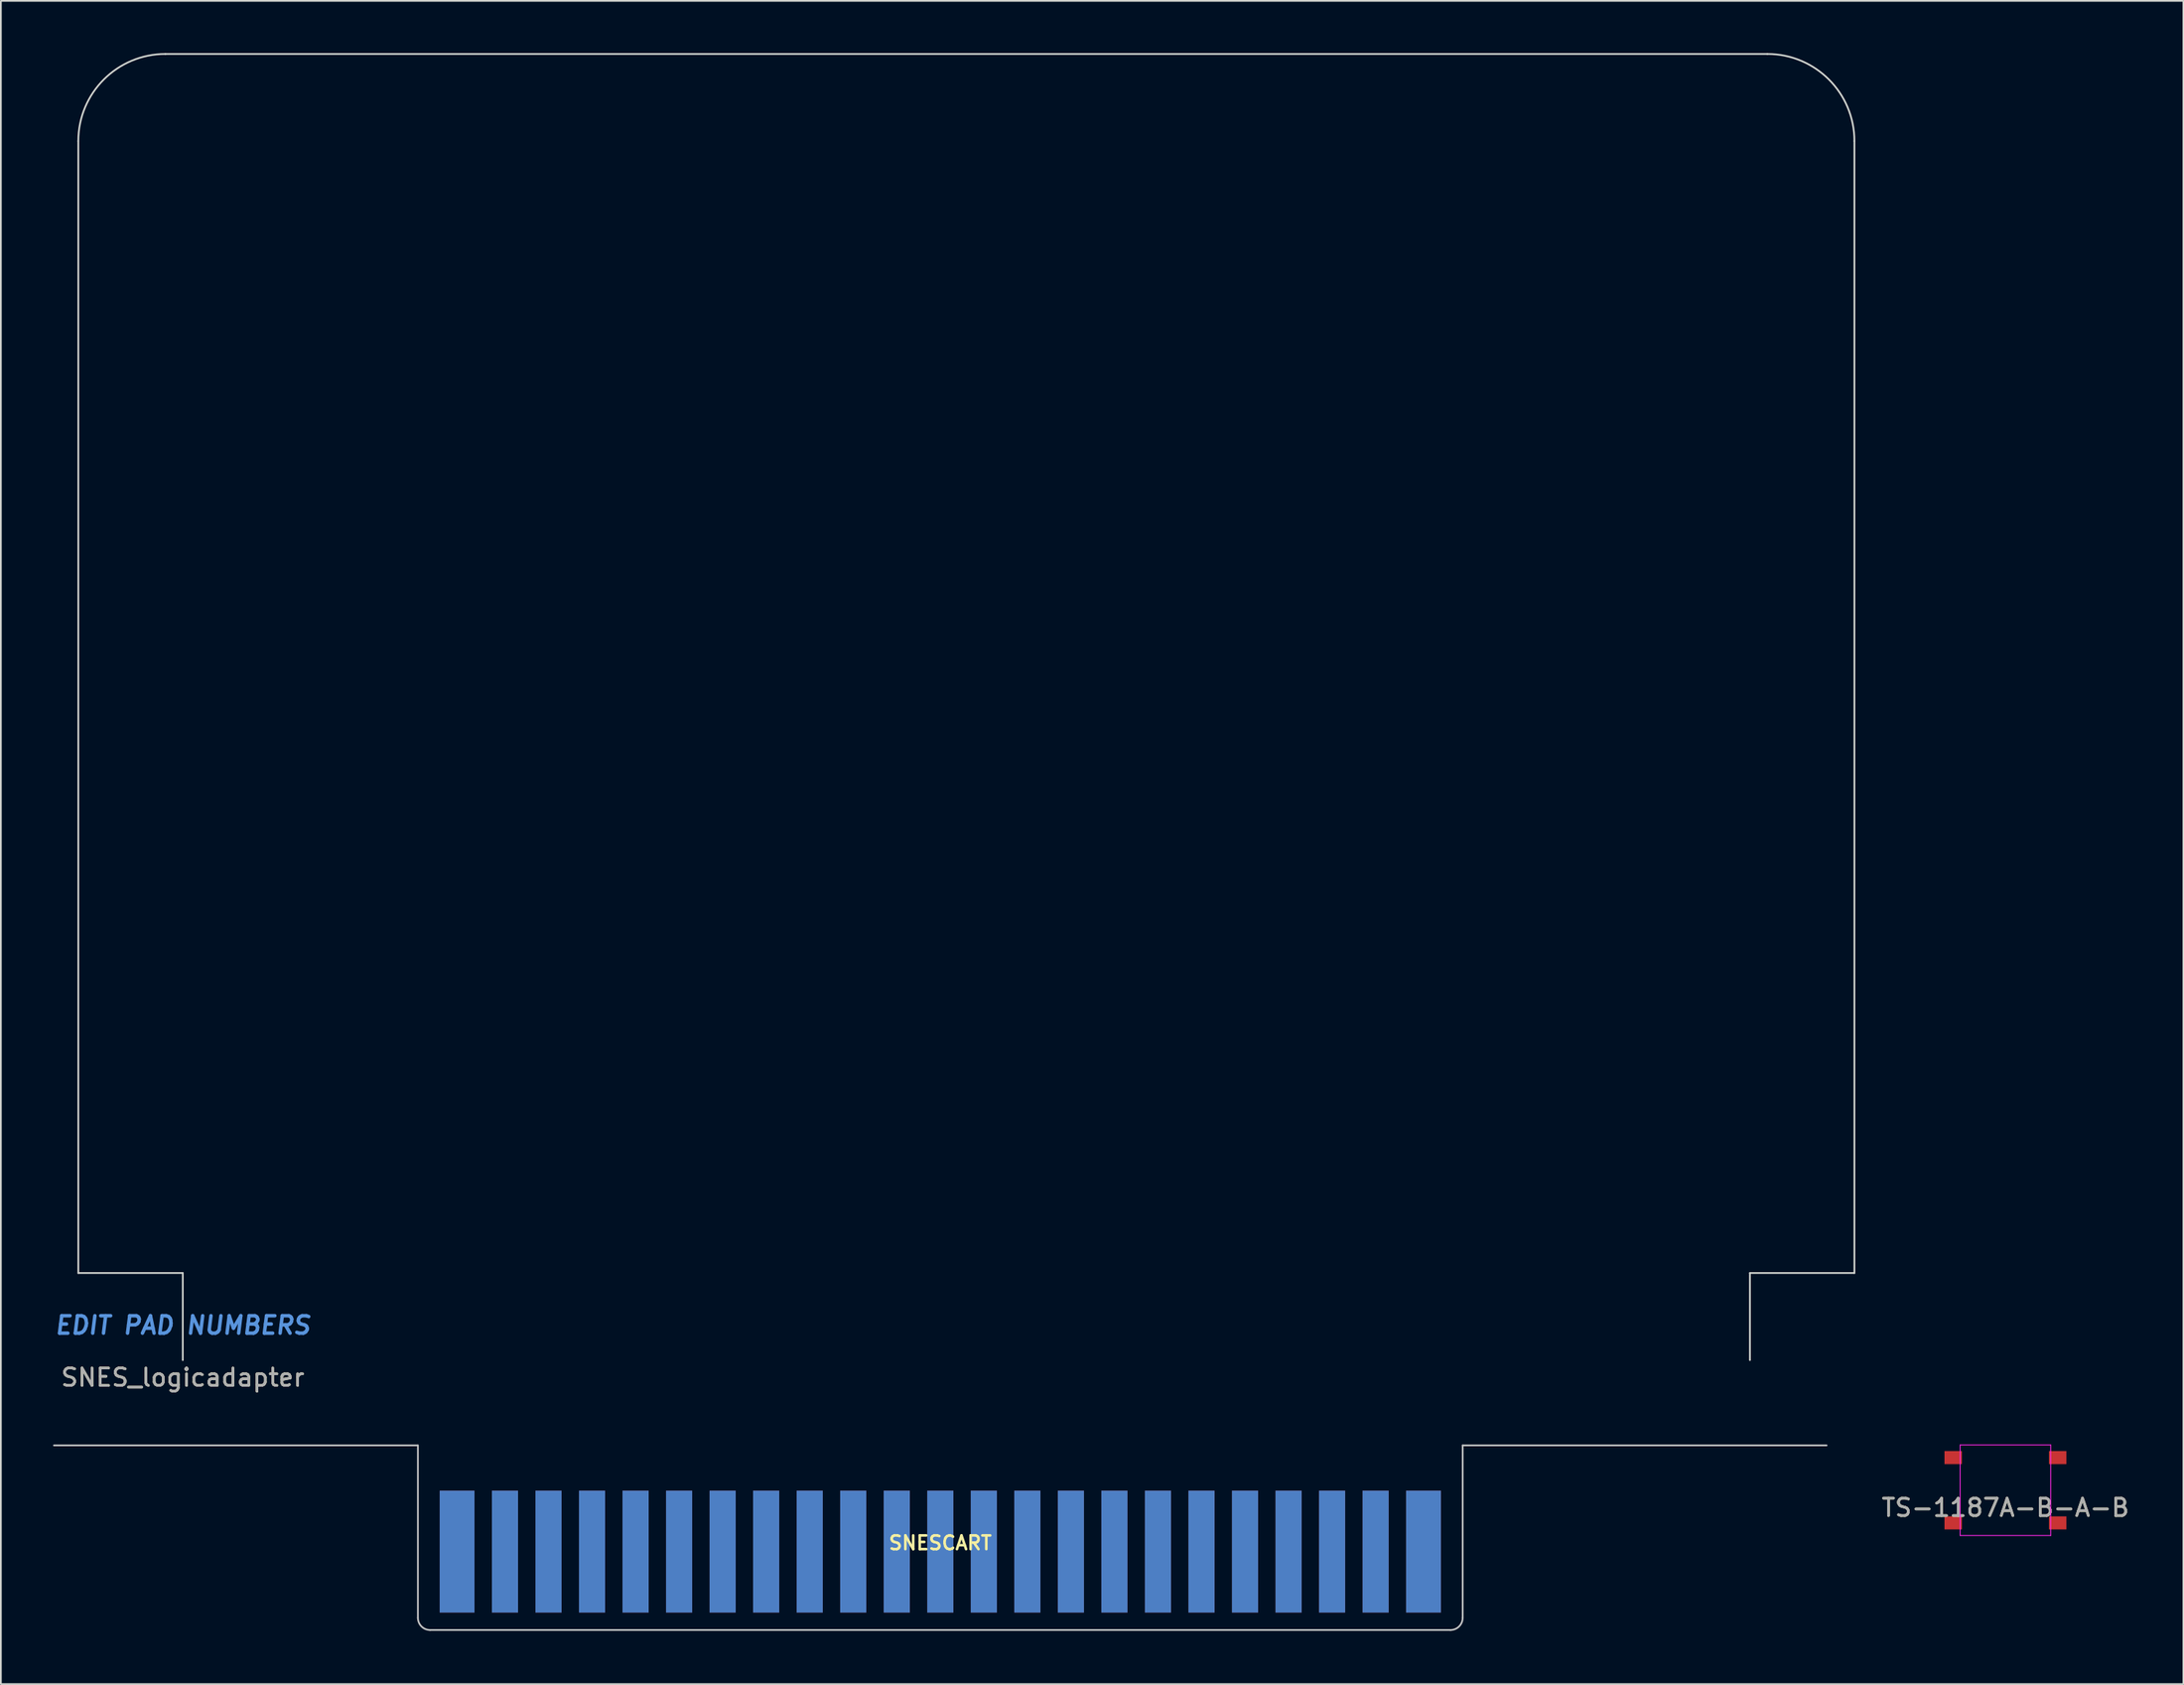
<source format=kicad_pcb>
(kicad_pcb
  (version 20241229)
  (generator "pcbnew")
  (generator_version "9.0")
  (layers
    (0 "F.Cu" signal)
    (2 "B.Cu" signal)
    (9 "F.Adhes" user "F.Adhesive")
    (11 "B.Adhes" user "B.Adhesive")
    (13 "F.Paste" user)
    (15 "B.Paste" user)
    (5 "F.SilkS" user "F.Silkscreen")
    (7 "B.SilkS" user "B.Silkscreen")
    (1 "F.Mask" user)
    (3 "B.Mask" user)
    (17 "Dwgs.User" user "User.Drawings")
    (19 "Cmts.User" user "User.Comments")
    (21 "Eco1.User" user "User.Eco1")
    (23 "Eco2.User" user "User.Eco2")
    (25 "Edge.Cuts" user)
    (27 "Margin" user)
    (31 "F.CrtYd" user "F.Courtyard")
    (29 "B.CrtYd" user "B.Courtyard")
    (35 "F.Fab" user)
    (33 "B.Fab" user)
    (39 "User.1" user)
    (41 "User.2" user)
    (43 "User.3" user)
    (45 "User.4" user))
  (footprint "TS-1187A-B-A-B"
    (layer "F.Cu")
    (at 112.12 82.523)
    (property "Reference" "TS-1187A-B-A-B" (at 0 1 0) (layer "F.SilkS") (effects (font (size 1 1) (thickness 0.15))))
    (attr smd)
    (fp_line (start -2.6 -2.6) (end 2.6 -2.6) (stroke (width 0.05) (type solid)) (layer "F.CrtYd"))
    (fp_line (start -2.6 2.6) (end -2.6 -2.6) (stroke (width 0.05) (type solid)) (layer "F.CrtYd"))
    (fp_line (start 2.6 -2.6) (end 2.6 2.6) (stroke (width 0.05) (type solid)) (layer "F.CrtYd"))
    (fp_line (start 2.6 2.6) (end -2.6 2.6) (stroke (width 0.05) (type solid)) (layer "F.CrtYd"))
    (fp_text user "${REFERENCE}" (at 0 1 0) (layer "F.Fab") (effects (font (size 1 1) (thickness 0.15))))
    (pad "1" smd rect (at -3 -1.875) (size 1 0.75) (layers "F.Cu" "F.Mask" "F.Paste"))
    (pad "1" smd rect (at 3 -1.875) (size 1 0.75) (layers "F.Cu" "F.Mask" "F.Paste"))
    (pad "2" smd rect (at -3 1.875) (size 1 0.75) (layers "F.Cu" "F.Mask" "F.Paste"))
    (pad "2" smd rect (at 3 1.875) (size 1 0.75) (layers "F.Cu" "F.Mask" "F.Paste")))
  (footprint "SNES_logicadapter"
    (layer "F.Cu")
    (at 7.447 75.05)
    (property "Reference" "SNES_logicadapter" (at 0 1 0) (layer "F.SilkS") (effects (font (size 1 1) (thickness 0.15))))
    (attr smd)
    (fp_line (start -6 -70) (end -6 -5) (stroke (width 0.1) (type solid)) (layer "Edge.Cuts"))
    (fp_line (start -6 -5) (end 0 -5) (stroke (width 0.1) (type solid)) (layer "Edge.Cuts"))
    (fp_line (start 0 -5) (end 0 0) (stroke (width 0.1) (type solid)) (layer "Edge.Cuts"))
    (fp_line (start 90 -5) (end 90 0) (stroke (width 0.1) (type solid)) (layer "Edge.Cuts"))
    (fp_line (start 91 -75) (end -1 -75) (stroke (width 0.1) (type solid)) (layer "Edge.Cuts"))
    (fp_line (start 96 -5) (end 90 -5) (stroke (width 0.1) (type solid)) (layer "Edge.Cuts"))
    (fp_line (start 96 -5) (end 96 -70) (stroke (width 0.1) (type solid)) (layer "Edge.Cuts"))
    (fp_arc (start -6 -70) (mid -4.535534 -73.535534) (end -1 -75) (stroke (width 0.1) (type solid)) (layer "Edge.Cuts"))
    (fp_arc (start 91 -75) (mid 94.535534 -73.535534) (end 96 -70) (stroke (width 0.1) (type solid)) (layer "Edge.Cuts"))
    (fp_text user "EDIT PAD NUMBERS" (at 0 -2 0) (layer "Cmts.User") (effects (font (size 1 1) (thickness 0.2) (italic yes))))
    (fp_text user "${REFERENCE}" (at 0 1 0) (layer "F.Fab") (effects (font (size 1 1) (thickness 0.15)))))
  (footprint "SNESCART"
    (layer "F.Cu")
    (at 50.95 85.548)
    (property "Reference" "SNESCART" (at 0 0 0) (layer "F.SilkS") (effects (font (size 0.787 0.787) (thickness 0.15))))
    (attr through_hole)
    (fp_poly (pts (xy -30 -3.1) (xy 30 -3.1) (xy 30 5.1) (xy -30 5.1)) (stroke (width 0.01) (type solid)) (fill yes) (layer "F.Mask"))
    (fp_poly (pts (xy -30 -3.1) (xy 30 -3.1) (xy 30 5.1) (xy -30 5.1)) (stroke (width 0.01) (type solid)) (fill yes) (layer "B.Mask"))
    (fp_line (start -50.9 -5.6) (end -30 -5.6) (stroke (width 0.1) (type solid)) (layer "Dwgs.User"))
    (fp_line (start -30 -5.6) (end -30 4.3) (stroke (width 0.1) (type solid)) (layer "Dwgs.User"))
    (fp_line (start -29.3 5) (end 29.3 5) (stroke (width 0.1) (type solid)) (layer "Dwgs.User"))
    (fp_line (start 30 -5.6) (end 50.9 -5.6) (stroke (width 0.1) (type solid)) (layer "Dwgs.User"))
    (fp_line (start 30 4.3) (end 30 -5.6) (stroke (width 0.1) (type solid)) (layer "Dwgs.User"))
    (fp_arc (start -29.3 5) (mid -29.794975 4.794975) (end -30 4.3) (stroke (width 0.1) (type solid)) (layer "Dwgs.User"))
    (fp_arc (start 30 4.3) (mid 29.794975 4.794975) (end 29.3 5) (stroke (width 0.1) (type solid)) (layer "Dwgs.User"))
    (pad "5" smd rect (at -27.75 0.5 90) (size 7 2) (layers "F.Cu" "F.Mask" "F.Paste"))
    (pad "6" smd rect (at -25 0.5 90) (size 7 1.5) (layers "F.Cu" "F.Mask" "F.Paste"))
    (pad "7" smd rect (at -22.5 0.5 90) (size 7 1.5) (layers "F.Cu" "F.Mask" "F.Paste"))
    (pad "8" smd rect (at -20 0.5 90) (size 7 1.5) (layers "F.Cu" "F.Mask" "F.Paste"))
    (pad "9" smd rect (at -17.5 0.5 90) (size 7 1.5) (layers "F.Cu" "F.Mask" "F.Paste"))
    (pad "10" smd rect (at -15 0.5 90) (size 7 1.5) (layers "F.Cu" "F.Mask" "F.Paste"))
    (pad "11" smd rect (at -12.5 0.5 90) (size 7 1.5) (layers "F.Cu" "F.Mask" "F.Paste"))
    (pad "12" smd rect (at -10 0.5 90) (size 7 1.5) (layers "F.Cu" "F.Mask" "F.Paste"))
    (pad "13" smd rect (at -7.5 0.5 90) (size 7 1.5) (layers "F.Cu" "F.Mask" "F.Paste"))
    (pad "14" smd rect (at -5 0.5 90) (size 7 1.5) (layers "F.Cu" "F.Mask" "F.Paste"))
    (pad "15" smd rect (at -2.5 0.5 90) (size 7 1.5) (layers "F.Cu" "F.Mask" "F.Paste"))
    (pad "16" smd rect (at 0 0.5 90) (size 7 1.5) (layers "F.Cu" "F.Mask" "F.Paste"))
    (pad "17" smd rect (at 2.5 0.5 90) (size 7 1.5) (layers "F.Cu" "F.Mask" "F.Paste"))
    (pad "18" smd rect (at 5 0.5 90) (size 7 1.5) (layers "F.Cu" "F.Mask" "F.Paste"))
    (pad "19" smd rect (at 7.5 0.5 90) (size 7 1.5) (layers "F.Cu" "F.Mask" "F.Paste"))
    (pad "20" smd rect (at 10 0.5 90) (size 7 1.5) (layers "F.Cu" "F.Mask" "F.Paste"))
    (pad "21" smd rect (at 12.5 0.5 90) (size 7 1.5) (layers "F.Cu" "F.Mask" "F.Paste"))
    (pad "22" smd rect (at 15 0.5 90) (size 7 1.5) (layers "F.Cu" "F.Mask" "F.Paste"))
    (pad "23" smd rect (at 17.5 0.5 90) (size 7 1.5) (layers "F.Cu" "F.Mask" "F.Paste"))
    (pad "24" smd rect (at 20 0.5 90) (size 7 1.5) (layers "F.Cu" "F.Mask" "F.Paste"))
    (pad "25" smd rect (at 22.5 0.5 90) (size 7 1.5) (layers "F.Cu" "F.Mask" "F.Paste"))
    (pad "26" smd rect (at 25 0.5 90) (size 7 1.5) (layers "F.Cu" "F.Mask" "F.Paste"))
    (pad "27" smd rect (at 27.75 0.5 90) (size 7 2) (layers "F.Cu" "F.Mask" "F.Paste"))
    (pad "36" smd rect (at -27.75 0.5 90) (size 7 2) (layers "B.Cu" "B.Mask" "B.Paste"))
    (pad "37" smd rect (at -25 0.5 90) (size 7 1.5) (layers "B.Cu" "B.Mask" "B.Paste"))
    (pad "38" smd rect (at -22.5 0.5 90) (size 7 1.5) (layers "B.Cu" "B.Mask" "B.Paste"))
    (pad "39" smd rect (at -20 0.5 90) (size 7 1.5) (layers "B.Cu" "B.Mask" "B.Paste"))
    (pad "40" smd rect (at -17.5 0.5 90) (size 7 1.5) (layers "B.Cu" "B.Mask" "B.Paste"))
    (pad "41" smd rect (at -15 0.5 90) (size 7 1.5) (layers "B.Cu" "B.Mask" "B.Paste"))
    (pad "42" smd rect (at -12.5 0.5 90) (size 7 1.5) (layers "B.Cu" "B.Mask" "B.Paste"))
    (pad "43" smd rect (at -10 0.5 90) (size 7 1.5) (layers "B.Cu" "B.Mask" "B.Paste"))
    (pad "44" smd rect (at -7.5 0.5 90) (size 7 1.5) (layers "B.Cu" "B.Mask" "B.Paste"))
    (pad "45" smd rect (at -5 0.5 90) (size 7 1.5) (layers "B.Cu" "B.Mask" "B.Paste"))
    (pad "46" smd rect (at -2.5 0.5 90) (size 7 1.5) (layers "B.Cu" "B.Mask" "B.Paste"))
    (pad "47" smd rect (at 0 0.5 90) (size 7 1.5) (layers "B.Cu" "B.Mask" "B.Paste"))
    (pad "48" smd rect (at 2.5 0.5 90) (size 7 1.5) (layers "B.Cu" "B.Mask" "B.Paste"))
    (pad "49" smd rect (at 5 0.5 90) (size 7 1.5) (layers "B.Cu" "B.Mask" "B.Paste"))
    (pad "50" smd rect (at 7.5 0.5 90) (size 7 1.5) (layers "B.Cu" "B.Mask" "B.Paste"))
    (pad "51" smd rect (at 10 0.5 90) (size 7 1.5) (layers "B.Cu" "B.Mask" "B.Paste"))
    (pad "52" smd rect (at 12.5 0.5 90) (size 7 1.5) (layers "B.Cu" "B.Mask" "B.Paste"))
    (pad "53" smd rect (at 15 0.5 90) (size 7 1.5) (layers "B.Cu" "B.Mask" "B.Paste"))
    (pad "54" smd rect (at 17.5 0.5 90) (size 7 1.5) (layers "B.Cu" "B.Mask" "B.Paste"))
    (pad "55" smd rect (at 20 0.5 90) (size 7 1.5) (layers "B.Cu" "B.Mask" "B.Paste"))
    (pad "56" smd rect (at 22.5 0.5 90) (size 7 1.5) (layers "B.Cu" "B.Mask" "B.Paste"))
    (pad "57" smd rect (at 25 0.5 90) (size 7 1.5) (layers "B.Cu" "B.Mask" "B.Paste"))
    (pad "58" smd rect (at 27.75 0.5 90) (size 7 2) (layers "B.Cu" "B.Mask" "B.Paste")))
  (gr_rect
    (start -3 -3)
    (end 122.34 93.653)
    (stroke (width 0.1) (type default))
    (fill no)
    (layer "Edge.Cuts")))
</source>
